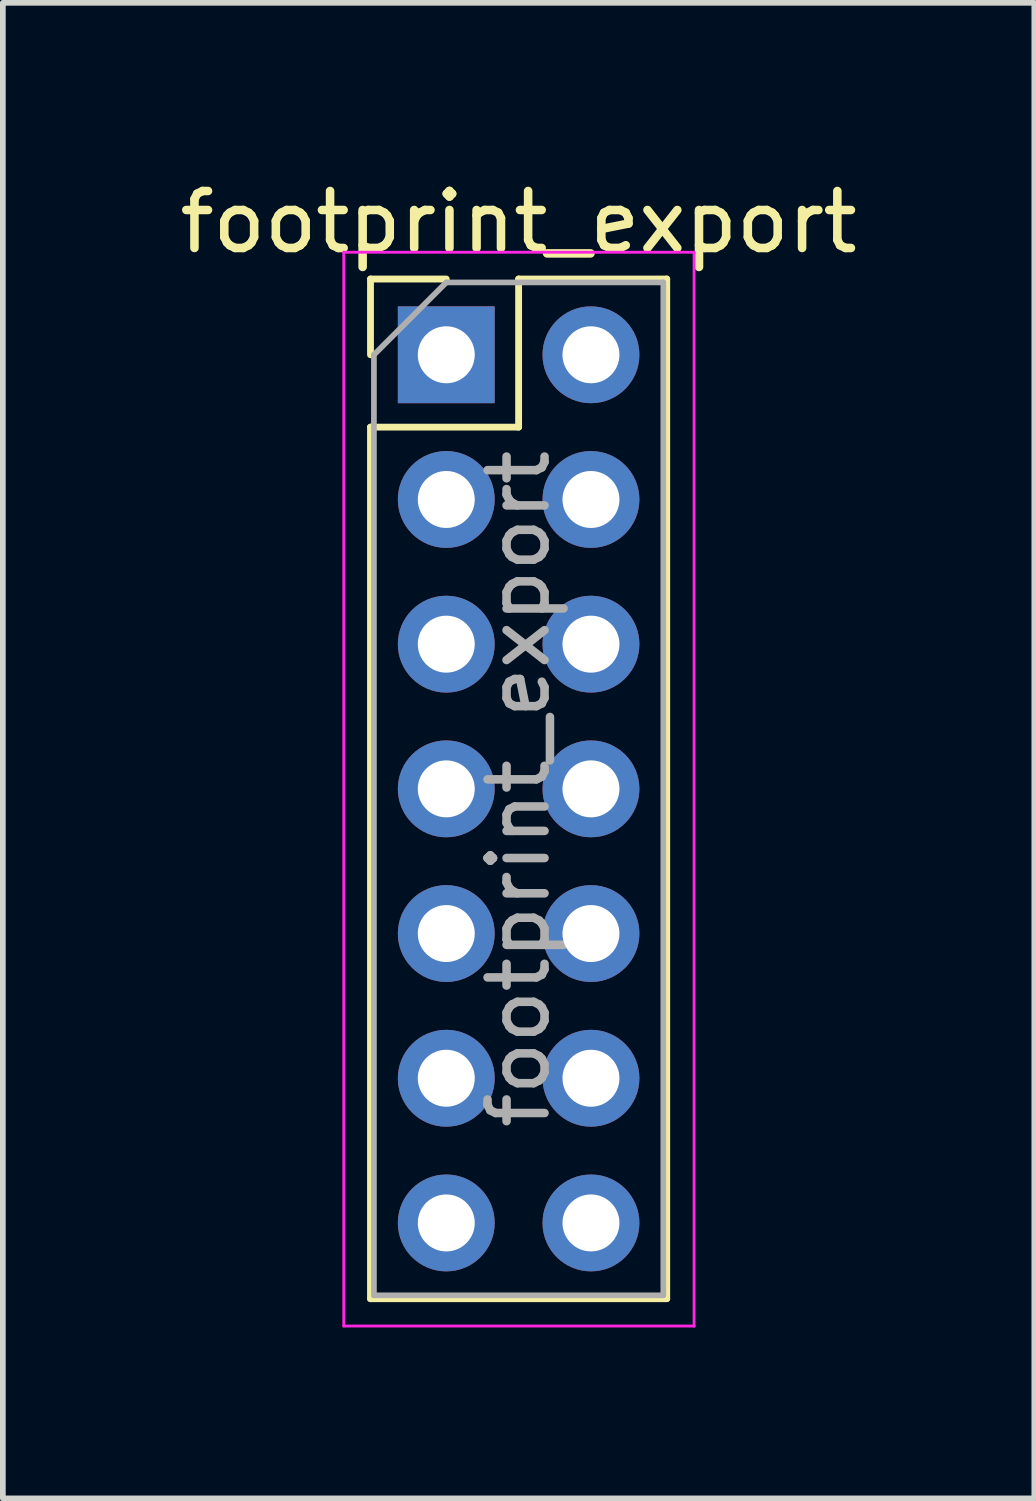
<source format=kicad_pcb>
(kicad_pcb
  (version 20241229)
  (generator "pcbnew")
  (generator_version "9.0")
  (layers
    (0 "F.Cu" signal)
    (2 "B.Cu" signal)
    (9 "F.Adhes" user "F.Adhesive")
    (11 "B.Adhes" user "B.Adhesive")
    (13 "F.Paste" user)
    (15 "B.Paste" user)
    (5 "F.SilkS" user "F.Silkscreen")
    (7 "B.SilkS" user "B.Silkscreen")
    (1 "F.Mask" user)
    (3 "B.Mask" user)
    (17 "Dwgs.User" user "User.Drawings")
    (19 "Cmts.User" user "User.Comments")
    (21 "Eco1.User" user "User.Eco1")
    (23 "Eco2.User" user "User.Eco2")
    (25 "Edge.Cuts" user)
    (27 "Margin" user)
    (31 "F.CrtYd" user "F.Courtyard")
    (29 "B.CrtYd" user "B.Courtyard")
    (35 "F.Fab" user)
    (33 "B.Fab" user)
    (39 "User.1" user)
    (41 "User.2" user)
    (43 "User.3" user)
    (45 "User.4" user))
  (footprint "footprint_export"
    (layer "F.Cu")
    (at 4.784 3.178)
    (property "Reference" "footprint_export" (at 1.27 -2.33 0) (layer "F.SilkS") (effects (font (size 1 1) (thickness 0.15))))
    (attr through_hole)
    (fp_line (start -1.33 -1.33) (end 0 -1.33) (stroke (width 0.12) (type solid)) (layer "F.SilkS"))
    (fp_line (start -1.33 0) (end -1.33 -1.33) (stroke (width 0.12) (type solid)) (layer "F.SilkS"))
    (fp_line (start -1.33 1.27) (end -1.33 16.57) (stroke (width 0.12) (type solid)) (layer "F.SilkS"))
    (fp_line (start -1.33 1.27) (end 1.27 1.27) (stroke (width 0.12) (type solid)) (layer "F.SilkS"))
    (fp_line (start -1.33 16.57) (end 3.87 16.57) (stroke (width 0.12) (type solid)) (layer "F.SilkS"))
    (fp_line (start 1.27 -1.33) (end 3.87 -1.33) (stroke (width 0.12) (type solid)) (layer "F.SilkS"))
    (fp_line (start 1.27 1.27) (end 1.27 -1.33) (stroke (width 0.12) (type solid)) (layer "F.SilkS"))
    (fp_line (start 3.87 -1.33) (end 3.87 16.57) (stroke (width 0.12) (type solid)) (layer "F.SilkS"))
    (fp_line (start -1.8 -1.8) (end -1.8 17.05) (stroke (width 0.05) (type solid)) (layer "F.CrtYd"))
    (fp_line (start -1.8 17.05) (end 4.35 17.05) (stroke (width 0.05) (type solid)) (layer "F.CrtYd"))
    (fp_line (start 4.35 -1.8) (end -1.8 -1.8) (stroke (width 0.05) (type solid)) (layer "F.CrtYd"))
    (fp_line (start 4.35 17.05) (end 4.35 -1.8) (stroke (width 0.05) (type solid)) (layer "F.CrtYd"))
    (fp_line (start -1.27 0) (end 0 -1.27) (stroke (width 0.1) (type solid)) (layer "F.Fab"))
    (fp_line (start -1.27 16.51) (end -1.27 0) (stroke (width 0.1) (type solid)) (layer "F.Fab"))
    (fp_line (start 0 -1.27) (end 3.81 -1.27) (stroke (width 0.1) (type solid)) (layer "F.Fab"))
    (fp_line (start 3.81 -1.27) (end 3.81 16.51) (stroke (width 0.1) (type solid)) (layer "F.Fab"))
    (fp_line (start 3.81 16.51) (end -1.27 16.51) (stroke (width 0.1) (type solid)) (layer "F.Fab"))
    (fp_text user "${REFERENCE}" (at 1.27 7.62 90) (layer "F.Fab") (effects (font (size 1 1) (thickness 0.15))))
    (pad "1" thru_hole rect (at 0 0) (size 1.7 1.7) (drill 1) (layers "*.Cu" "*.Mask"))
    (pad "2" thru_hole oval (at 2.54 0) (size 1.7 1.7) (drill 1) (layers "*.Cu" "*.Mask"))
    (pad "3" thru_hole oval (at 0 2.54) (size 1.7 1.7) (drill 1) (layers "*.Cu" "*.Mask"))
    (pad "4" thru_hole oval (at 2.54 2.54) (size 1.7 1.7) (drill 1) (layers "*.Cu" "*.Mask"))
    (pad "5" thru_hole oval (at 0 5.08) (size 1.7 1.7) (drill 1) (layers "*.Cu" "*.Mask"))
    (pad "6" thru_hole oval (at 2.54 5.08) (size 1.7 1.7) (drill 1) (layers "*.Cu" "*.Mask"))
    (pad "7" thru_hole oval (at 0 7.62) (size 1.7 1.7) (drill 1) (layers "*.Cu" "*.Mask"))
    (pad "8" thru_hole oval (at 2.54 7.62) (size 1.7 1.7) (drill 1) (layers "*.Cu" "*.Mask"))
    (pad "9" thru_hole oval (at 0 10.16) (size 1.7 1.7) (drill 1) (layers "*.Cu" "*.Mask"))
    (pad "10" thru_hole oval (at 2.54 10.16) (size 1.7 1.7) (drill 1) (layers "*.Cu" "*.Mask"))
    (pad "11" thru_hole oval (at 0 12.7) (size 1.7 1.7) (drill 1) (layers "*.Cu" "*.Mask"))
    (pad "12" thru_hole oval (at 2.54 12.7) (size 1.7 1.7) (drill 1) (layers "*.Cu" "*.Mask"))
    (pad "13" thru_hole oval (at 0 15.24) (size 1.7 1.7) (drill 1) (layers "*.Cu" "*.Mask"))
    (pad "14" thru_hole oval (at 2.54 15.24) (size 1.7 1.7) (drill 1) (layers "*.Cu" "*.Mask")))
  (gr_rect
    (start -3 -3)
    (end 15.107 23.253)
    (stroke (width 0.1) (type default))
    (fill no)
    (layer "Edge.Cuts")))
</source>
